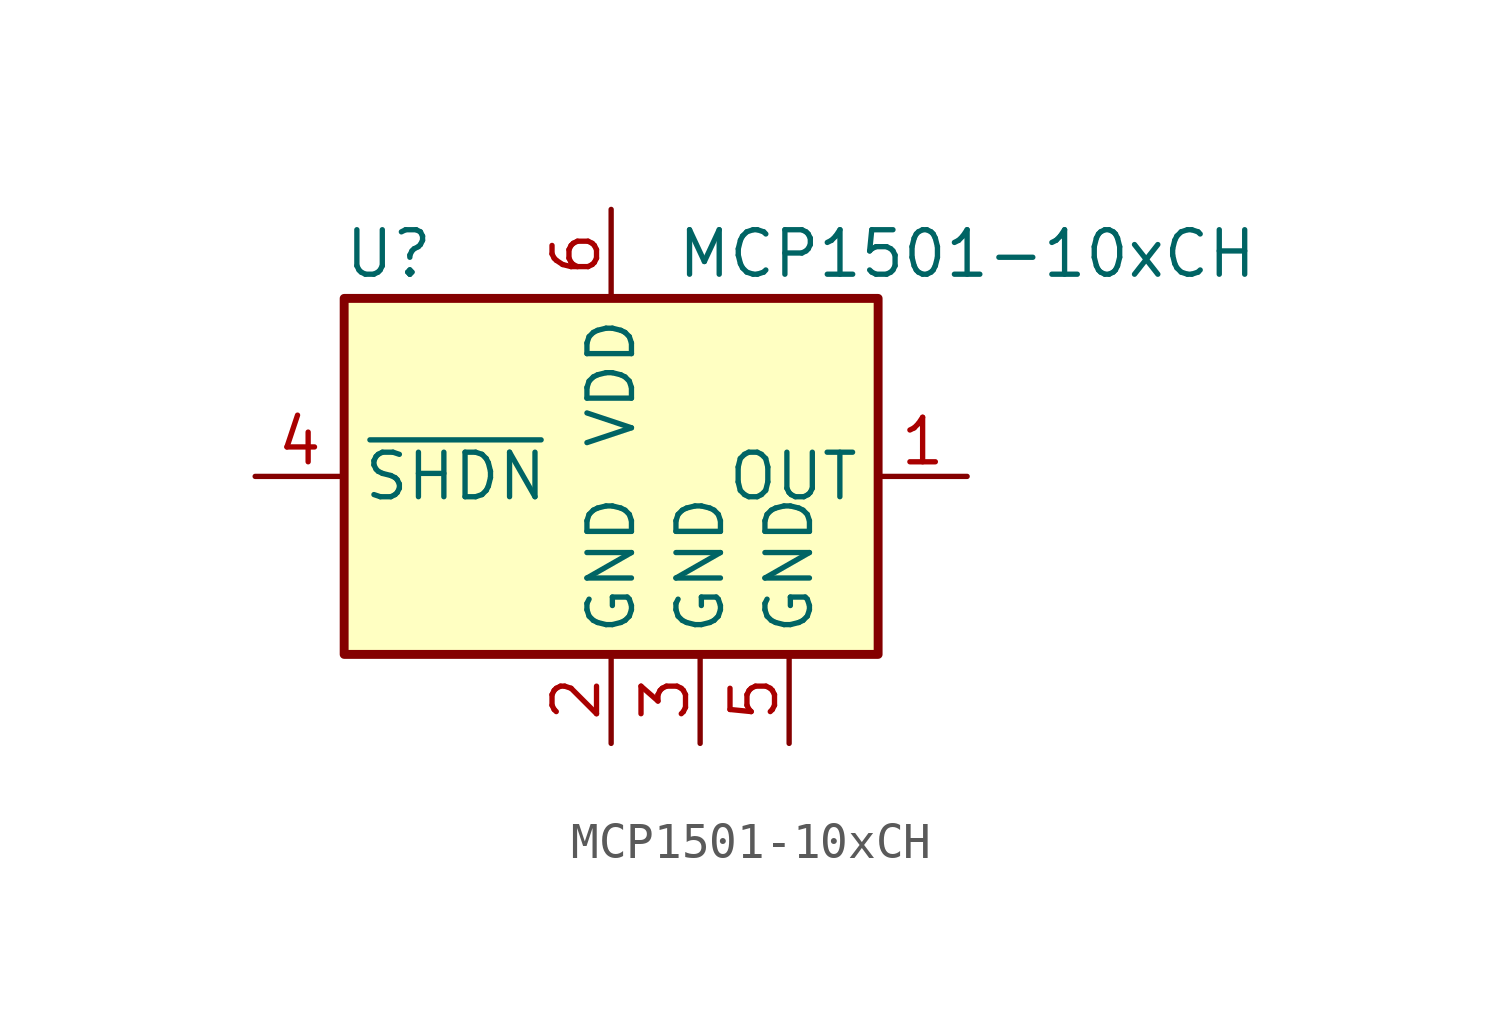
<source format=kicad_sym>
(kicad_symbol_lib
  (version 20220914)
  (generator kicad_symbol_editor)
  (symbol "MCP1501-10xCH"
    (property "Reference" "U"
      (at -6.35 6.35 0)
      (effects (font (size 1.27 1.27))))
    (property "Value" "MCP1501-10xCH"
      (at 10.16 6.35 0)
      (effects (font (size 1.27 1.27))))
    (symbol "MCP1501-10xCH_0_0"
      (pin power_out line (at 10.16 0 180) (length 2.54) (name "OUT" (effects (font (size 1.27 1.27)))) (number "1" (effects (font (size 1.27 1.27)))))
      (pin power_in line (at 0 -7.62 90) (length 2.54) (name "GND" (effects (font (size 1.27 1.27)))) (number "2" (effects (font (size 1.27 1.27)))))
      (pin input line (at -10.16 0 0) (length 2.54) (name "~{SHDN}" (effects (font (size 1.27 1.27)))) (number "4" (effects (font (size 1.27 1.27)))))
      (pin power_in line (at 0 7.62 270) (length 2.54) (name "VDD" (effects (font (size 1.27 1.27)))) (number "6" (effects (font (size 1.27 1.27))))))
    (symbol "MCP1501-10xCH_0_1"
      (rectangle (start -7.62 5.08) (end 7.62 -5.08) (stroke (width 0.254) (type default)) (fill (type background))))
    (symbol "MCP1501-10xCH_1_0"
      (pin power_in line (at 2.54 -7.62 90) (length 2.54) (name "GND" (effects (font (size 1.27 1.27)))) (number "3" (effects (font (size 1.27 1.27)))))
      (pin power_in line (at 5.08 -7.62 90) (length 2.54) (name "GND" (effects (font (size 1.27 1.27)))) (number "5" (effects (font (size 1.27 1.27))))))))
</source>
